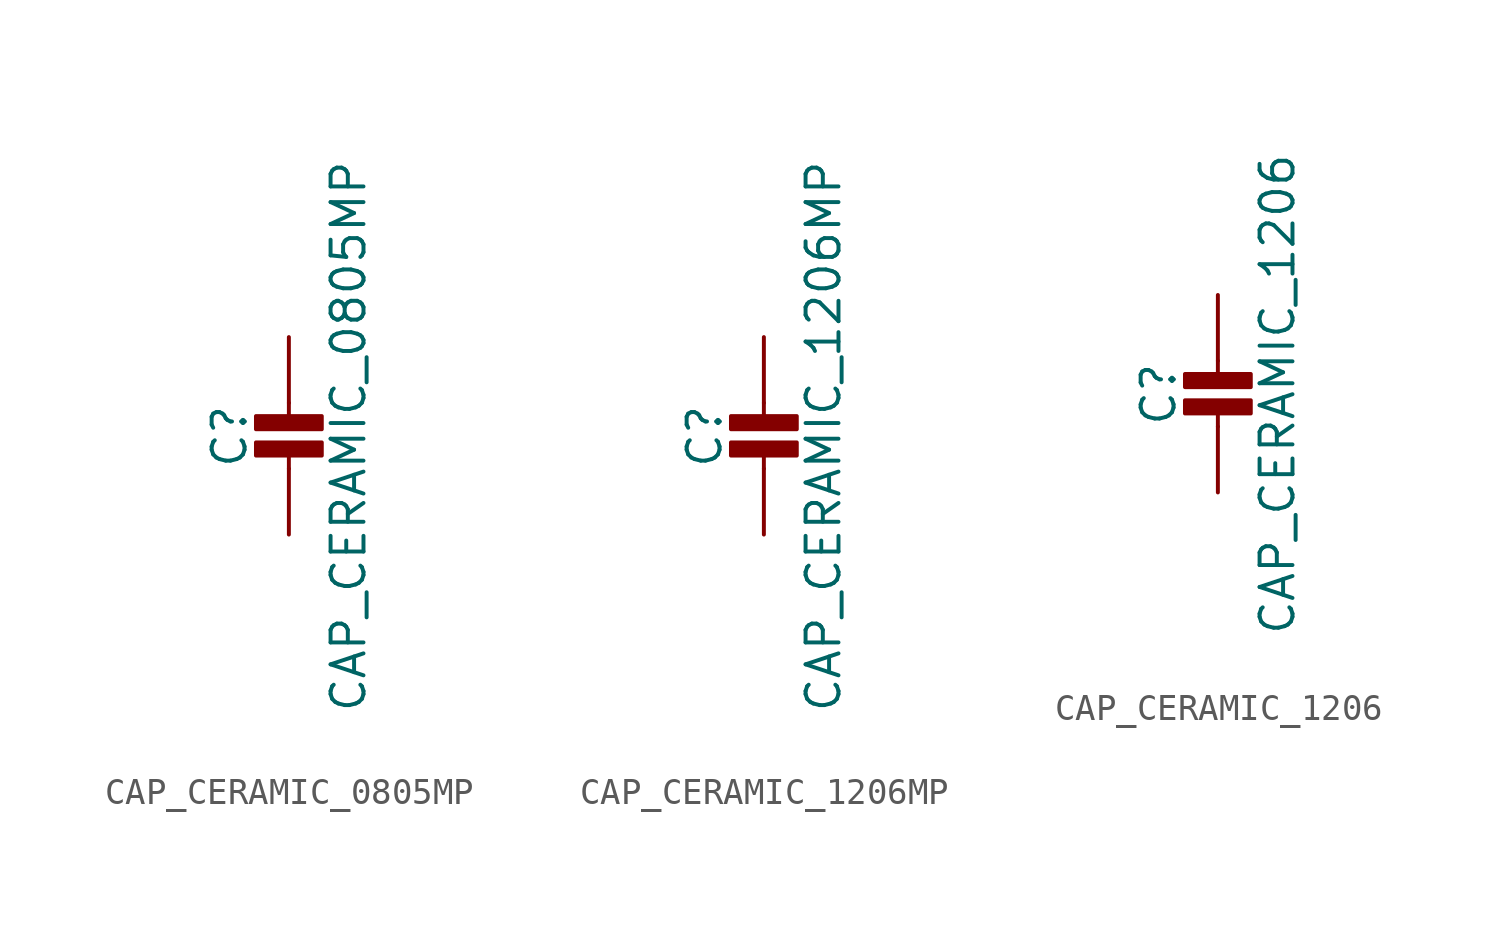
<source format=kicad_sym>
(kicad_symbol_lib
  (version 20201005)
  (generator kicad_symbol_editor)
  (symbol "CAP_CERAMIC_0805MP"
    (property "Reference" "C"
      (at -2.29 1.25 90)
      (effects (font (size 1.27 1.27))))
    (property "Value" "CAP_CERAMIC_0805MP"
      (at 2.3 1.25 90)
      (effects (font (size 1.27 1.27))))
    (property "ki_locked" ""
      (at 0 0 0)
      (effects (font (size 1.27 1.27))))
    (symbol "CAP_CERAMIC_0805MP_1_0"
      (rectangle (start -1.27 0.508) (end 1.27 1.016) (stroke (width 0)) (fill (type outline)))
      (rectangle (start -1.27 1.524) (end 1.27 2.032) (stroke (width 0)) (fill (type outline)))
      (polyline (pts (xy 0 0.762) (xy 0 0)) (stroke (width 0.152)) (fill (type none)))
      (polyline (pts (xy 0 2.54) (xy 0 1.778)) (stroke (width 0.152)) (fill (type none)))
      (pin passive line (at 0 5.08 270) (length 2.54) (name "1" (effects (font (size 0 0)))) (number "1" (effects (font (size 0 0)))))
      (pin passive line (at 0 -2.54 90) (length 2.54) (name "2" (effects (font (size 0 0)))) (number "2" (effects (font (size 0 0)))))))
  (symbol "CAP_CERAMIC_1206MP"
    (property "Reference" "C"
      (at -2.29 1.25 90)
      (effects (font (size 1.27 1.27))))
    (property "Value" "CAP_CERAMIC_1206MP"
      (at 2.3 1.25 90)
      (effects (font (size 1.27 1.27))))
    (property "ki_locked" ""
      (at 0 0 0)
      (effects (font (size 1.27 1.27))))
    (symbol "CAP_CERAMIC_1206MP_1_0"
      (rectangle (start -1.27 0.508) (end 1.27 1.016) (stroke (width 0)) (fill (type outline)))
      (rectangle (start -1.27 1.524) (end 1.27 2.032) (stroke (width 0)) (fill (type outline)))
      (polyline (pts (xy 0 0.762) (xy 0 0)) (stroke (width 0.152)) (fill (type none)))
      (polyline (pts (xy 0 2.54) (xy 0 1.778)) (stroke (width 0.152)) (fill (type none)))
      (pin passive line (at 0 5.08 270) (length 2.54) (name "1" (effects (font (size 0 0)))) (number "1" (effects (font (size 0 0)))))
      (pin passive line (at 0 -2.54 90) (length 2.54) (name "2" (effects (font (size 0 0)))) (number "2" (effects (font (size 0 0)))))))
  (symbol "CAP_CERAMIC_1206"
    (property "Reference" "C"
      (at -2.29 1.25 90)
      (effects (font (size 1.27 1.27))))
    (property "Value" "CAP_CERAMIC_1206"
      (at 2.3 1.25 90)
      (effects (font (size 1.27 1.27))))
    (property "ki_locked" ""
      (at 0 0 0)
      (effects (font (size 1.27 1.27))))
    (symbol "CAP_CERAMIC_1206_1_0"
      (rectangle (start -1.27 0.508) (end 1.27 1.016) (stroke (width 0)) (fill (type outline)))
      (rectangle (start -1.27 1.524) (end 1.27 2.032) (stroke (width 0)) (fill (type outline)))
      (polyline (pts (xy 0 0.762) (xy 0 0)) (stroke (width 0.152)) (fill (type none)))
      (polyline (pts (xy 0 2.54) (xy 0 1.778)) (stroke (width 0.152)) (fill (type none)))
      (pin passive line (at 0 5.08 270) (length 2.54) (name "1" (effects (font (size 0 0)))) (number "1" (effects (font (size 0 0)))))
      (pin passive line (at 0 -2.54 90) (length 2.54) (name "2" (effects (font (size 0 0)))) (number "2" (effects (font (size 0 0))))))))
</source>
